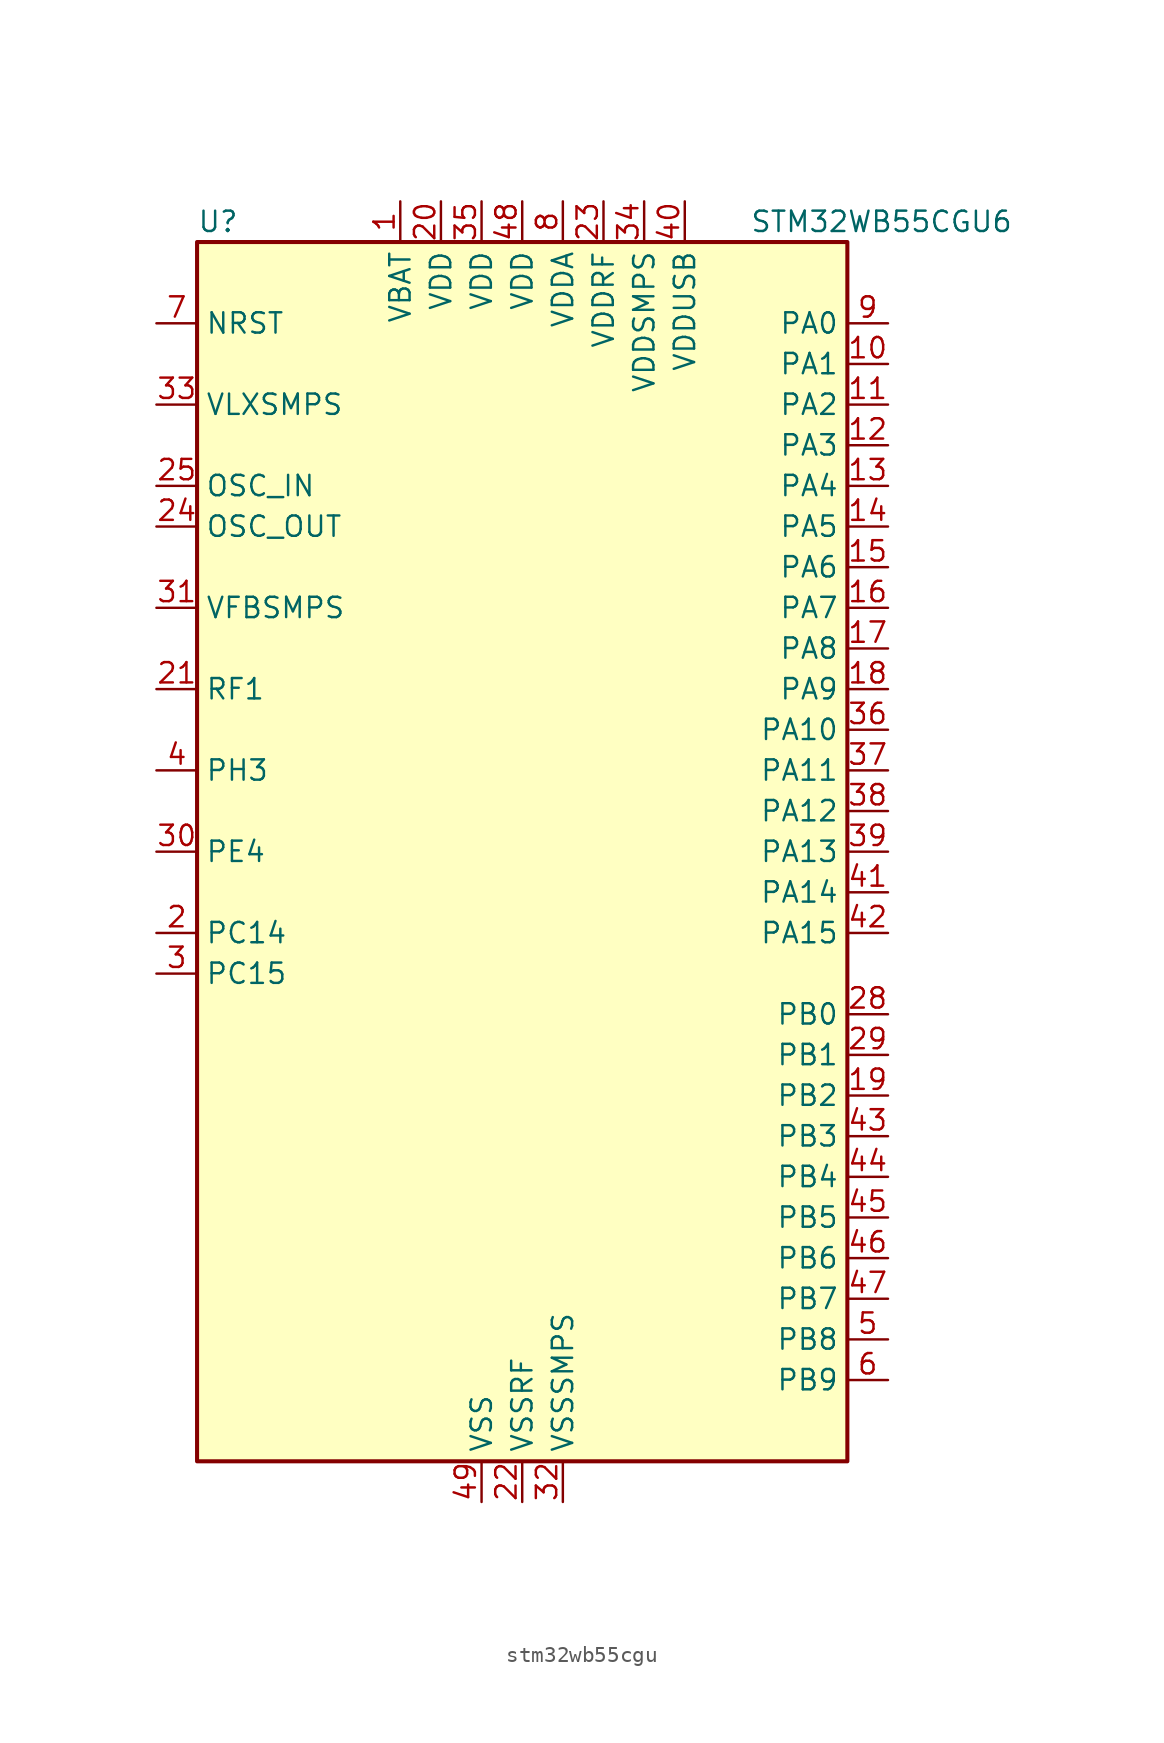
<source format=kicad_sym>
(kicad_symbol_lib
  (version 20241209)
  (generator "kicad_symbol_editor")
  (generator_version "9.0")
  (symbol "stm32wb55cgu"
    (property "Reference" "U"
      (at -20.32 39.37 0)
      (effects (font (size 1.27 1.27)) (justify left)))
    (property "Value" "STM32WB55CGU6"
      (at 14.224 39.37 0)
      (effects (font (size 1.27 1.27)) (justify left)))
    (symbol "stm32wb55cgu_0_1"
      (rectangle (start -20.32 38.1) (end 20.32 -38.1) (stroke (width 0.254) (type default)) (fill (type background))))
    (symbol "stm32wb55cgu_1_1"
      (pin input line (at -22.86 33.02 0) (length 2.54) (name "NRST" (effects (font (size 1.27 1.27)))) (number "7" (effects (font (size 1.27 1.27)))))
      (pin power_in line (at -22.86 27.94 0) (length 2.54) (name "VLXSMPS" (effects (font (size 1.27 1.27)))) (number "33" (effects (font (size 1.27 1.27)))))
      (pin input line (at -22.86 22.86 0) (length 2.54) (name "OSC_IN" (effects (font (size 1.27 1.27)))) (number "25" (effects (font (size 1.27 1.27)))) (alternate "RCC_OSC_IN" bidirectional line))
      (pin input line (at -22.86 20.32 0) (length 2.54) (name "OSC_OUT" (effects (font (size 1.27 1.27)))) (number "24" (effects (font (size 1.27 1.27)))) (alternate "RCC_OSC_OUT" bidirectional line))
      (pin input line (at -22.86 15.24 0) (length 2.54) (name "VFBSMPS" (effects (font (size 1.27 1.27)))) (number "31" (effects (font (size 1.27 1.27)))))
      (pin bidirectional line (at -22.86 10.16 0) (length 2.54) (name "RF1" (effects (font (size 1.27 1.27)))) (number "21" (effects (font (size 1.27 1.27)))) (alternate "RF_RF1" bidirectional line))
      (pin bidirectional line (at -22.86 5.08 0) (length 2.54) (name "PH3" (effects (font (size 1.27 1.27)))) (number "4" (effects (font (size 1.27 1.27)))) (alternate "RCC_LSCO" bidirectional line))
      (pin bidirectional line (at -22.86 0 0) (length 2.54) (name "PE4" (effects (font (size 1.27 1.27)))) (number "30" (effects (font (size 1.27 1.27)))))
      (pin bidirectional line (at -22.86 -5.08 0) (length 2.54) (name "PC14" (effects (font (size 1.27 1.27)))) (number "2" (effects (font (size 1.27 1.27)))) (alternate "RCC_OSC32_IN" bidirectional line))
      (pin bidirectional line (at -22.86 -7.62 0) (length 2.54) (name "PC15" (effects (font (size 1.27 1.27)))) (number "3" (effects (font (size 1.27 1.27)))) (alternate "ADC1_EXTI15" bidirectional line) (alternate "RCC_OSC32_OUT" bidirectional line))
      (pin no_connect line (at -22.86 -33.02 0) (length 2.54) (hide yes) (name "AT1" (effects (font (size 1.27 1.27)))) (number "27" (effects (font (size 1.27 1.27)))))
      (pin no_connect line (at -22.86 -35.56 0) (length 2.54) (hide yes) (name "AT0" (effects (font (size 1.27 1.27)))) (number "26" (effects (font (size 1.27 1.27)))))
      (pin power_in line (at -7.62 40.64 270) (length 2.54) (name "VBAT" (effects (font (size 1.27 1.27)))) (number "1" (effects (font (size 1.27 1.27)))))
      (pin power_in line (at -5.08 40.64 270) (length 2.54) (name "VDD" (effects (font (size 1.27 1.27)))) (number "20" (effects (font (size 1.27 1.27)))))
      (pin power_in line (at -2.54 40.64 270) (length 2.54) (name "VDD" (effects (font (size 1.27 1.27)))) (number "35" (effects (font (size 1.27 1.27)))))
      (pin power_in line (at -2.54 -40.64 90) (length 2.54) (name "VSS" (effects (font (size 1.27 1.27)))) (number "49" (effects (font (size 1.27 1.27)))))
      (pin power_in line (at 0 40.64 270) (length 2.54) (name "VDD" (effects (font (size 1.27 1.27)))) (number "48" (effects (font (size 1.27 1.27)))))
      (pin power_in line (at 0 -40.64 90) (length 2.54) (name "VSSRF" (effects (font (size 1.27 1.27)))) (number "22" (effects (font (size 1.27 1.27)))))
      (pin power_in line (at 2.54 40.64 270) (length 2.54) (name "VDDA" (effects (font (size 1.27 1.27)))) (number "8" (effects (font (size 1.27 1.27)))))
      (pin power_in line (at 2.54 -40.64 90) (length 2.54) (name "VSSSMPS" (effects (font (size 1.27 1.27)))) (number "32" (effects (font (size 1.27 1.27)))))
      (pin power_in line (at 5.08 40.64 270) (length 2.54) (name "VDDRF" (effects (font (size 1.27 1.27)))) (number "23" (effects (font (size 1.27 1.27)))))
      (pin power_in line (at 7.62 40.64 270) (length 2.54) (name "VDDSMPS" (effects (font (size 1.27 1.27)))) (number "34" (effects (font (size 1.27 1.27)))))
      (pin power_in line (at 10.16 40.64 270) (length 2.54) (name "VDDUSB" (effects (font (size 1.27 1.27)))) (number "40" (effects (font (size 1.27 1.27)))))
      (pin bidirectional line (at 22.86 33.02 180) (length 2.54) (name "PA0" (effects (font (size 1.27 1.27)))) (number "9" (effects (font (size 1.27 1.27)))) (alternate "ADC1_IN5" bidirectional line) (alternate "COMP1_INM" bidirectional line) (alternate "COMP1_OUT" bidirectional line) (alternate "RTC_TAMP2" bidirectional line) (alternate "SAI1_EXTCLK" bidirectional line) (alternate "SYS_WKUP1" bidirectional line) (alternate "TIM2_CH1" bidirectional line) (alternate "TIM2_ETR" bidirectional line))
      (pin bidirectional line (at 22.86 30.48 180) (length 2.54) (name "PA1" (effects (font (size 1.27 1.27)))) (number "10" (effects (font (size 1.27 1.27)))) (alternate "ADC1_IN6" bidirectional line) (alternate "COMP1_INP" bidirectional line) (alternate "I2C1_SMBA" bidirectional line) (alternate "LCD_SEG0" bidirectional line) (alternate "SPI1_SCK" bidirectional line) (alternate "TIM2_CH2" bidirectional line))
      (pin bidirectional line (at 22.86 27.94 180) (length 2.54) (name "PA2" (effects (font (size 1.27 1.27)))) (number "11" (effects (font (size 1.27 1.27)))) (alternate "ADC1_IN7" bidirectional line) (alternate "COMP2_INM" bidirectional line) (alternate "COMP2_OUT" bidirectional line) (alternate "LCD_SEG1" bidirectional line) (alternate "LPUART1_TX" bidirectional line) (alternate "QUADSPI_BK1_NCS" bidirectional line) (alternate "RCC_LSCO" bidirectional line) (alternate "SYS_WKUP4" bidirectional line) (alternate "TIM2_CH3" bidirectional line))
      (pin bidirectional line (at 22.86 25.4 180) (length 2.54) (name "PA3" (effects (font (size 1.27 1.27)))) (number "12" (effects (font (size 1.27 1.27)))) (alternate "ADC1_IN8" bidirectional line) (alternate "COMP2_INP" bidirectional line) (alternate "LCD_SEG2" bidirectional line) (alternate "LPUART1_RX" bidirectional line) (alternate "QUADSPI_CLK" bidirectional line) (alternate "SAI1_CK1" bidirectional line) (alternate "SAI1_MCLK_A" bidirectional line) (alternate "TIM2_CH4" bidirectional line))
      (pin bidirectional line (at 22.86 22.86 180) (length 2.54) (name "PA4" (effects (font (size 1.27 1.27)))) (number "13" (effects (font (size 1.27 1.27)))) (alternate "ADC1_IN9" bidirectional line) (alternate "COMP1_INM" bidirectional line) (alternate "COMP2_INM" bidirectional line) (alternate "LCD_SEG5" bidirectional line) (alternate "LPTIM2_OUT" bidirectional line) (alternate "SAI1_FS_B" bidirectional line) (alternate "SPI1_NSS" bidirectional line))
      (pin bidirectional line (at 22.86 20.32 180) (length 2.54) (name "PA5" (effects (font (size 1.27 1.27)))) (number "14" (effects (font (size 1.27 1.27)))) (alternate "ADC1_IN10" bidirectional line) (alternate "COMP1_INM" bidirectional line) (alternate "COMP2_INM" bidirectional line) (alternate "LPTIM2_ETR" bidirectional line) (alternate "SAI1_SD_B" bidirectional line) (alternate "SPI1_SCK" bidirectional line) (alternate "TIM2_CH1" bidirectional line) (alternate "TIM2_ETR" bidirectional line))
      (pin bidirectional line (at 22.86 17.78 180) (length 2.54) (name "PA6" (effects (font (size 1.27 1.27)))) (number "15" (effects (font (size 1.27 1.27)))) (alternate "ADC1_IN11" bidirectional line) (alternate "LCD_SEG3" bidirectional line) (alternate "LPUART1_CTS" bidirectional line) (alternate "QUADSPI_BK1_IO3" bidirectional line) (alternate "SPI1_MISO" bidirectional line) (alternate "TIM16_CH1" bidirectional line) (alternate "TIM1_BKIN" bidirectional line))
      (pin bidirectional line (at 22.86 15.24 180) (length 2.54) (name "PA7" (effects (font (size 1.27 1.27)))) (number "16" (effects (font (size 1.27 1.27)))) (alternate "ADC1_IN12" bidirectional line) (alternate "COMP2_OUT" bidirectional line) (alternate "I2C3_SCL" bidirectional line) (alternate "LCD_SEG4" bidirectional line) (alternate "QUADSPI_BK1_IO2" bidirectional line) (alternate "SPI1_MOSI" bidirectional line) (alternate "TIM17_CH1" bidirectional line) (alternate "TIM1_CH1N" bidirectional line))
      (pin bidirectional line (at 22.86 12.7 180) (length 2.54) (name "PA8" (effects (font (size 1.27 1.27)))) (number "17" (effects (font (size 1.27 1.27)))) (alternate "ADC1_IN15" bidirectional line) (alternate "LCD_COM0" bidirectional line) (alternate "LPTIM2_OUT" bidirectional line) (alternate "RCC_MCO" bidirectional line) (alternate "SAI1_CK2" bidirectional line) (alternate "SAI1_SCK_A" bidirectional line) (alternate "TIM1_CH1" bidirectional line) (alternate "USART1_CK" bidirectional line))
      (pin bidirectional line (at 22.86 10.16 180) (length 2.54) (name "PA9" (effects (font (size 1.27 1.27)))) (number "18" (effects (font (size 1.27 1.27)))) (alternate "ADC1_IN16" bidirectional line) (alternate "COMP1_INM" bidirectional line) (alternate "I2C1_SCL" bidirectional line) (alternate "LCD_COM1" bidirectional line) (alternate "SAI1_D2" bidirectional line) (alternate "SAI1_FS_A" bidirectional line) (alternate "TIM1_CH2" bidirectional line) (alternate "USART1_TX" bidirectional line))
      (pin bidirectional line (at 22.86 7.62 180) (length 2.54) (name "PA10" (effects (font (size 1.27 1.27)))) (number "36" (effects (font (size 1.27 1.27)))) (alternate "CRS_SYNC" bidirectional line) (alternate "I2C1_SDA" bidirectional line) (alternate "LCD_COM2" bidirectional line) (alternate "SAI1_D1" bidirectional line) (alternate "SAI1_SD_A" bidirectional line) (alternate "TIM17_BKIN" bidirectional line) (alternate "TIM1_CH3" bidirectional line) (alternate "USART1_RX" bidirectional line))
      (pin bidirectional line (at 22.86 5.08 180) (length 2.54) (name "PA11" (effects (font (size 1.27 1.27)))) (number "37" (effects (font (size 1.27 1.27)))) (alternate "ADC1_EXTI11" bidirectional line) (alternate "SPI1_MISO" bidirectional line) (alternate "TIM1_BKIN2" bidirectional line) (alternate "TIM1_CH4" bidirectional line) (alternate "USART1_CTS" bidirectional line) (alternate "USART1_NSS" bidirectional line) (alternate "USB_DM" bidirectional line))
      (pin bidirectional line (at 22.86 2.54 180) (length 2.54) (name "PA12" (effects (font (size 1.27 1.27)))) (number "38" (effects (font (size 1.27 1.27)))) (alternate "LPUART1_RX" bidirectional line) (alternate "SPI1_MOSI" bidirectional line) (alternate "TIM1_ETR" bidirectional line) (alternate "USART1_DE" bidirectional line) (alternate "USART1_RTS" bidirectional line) (alternate "USB_DP" bidirectional line))
      (pin bidirectional line (at 22.86 0 180) (length 2.54) (name "PA13" (effects (font (size 1.27 1.27)))) (number "39" (effects (font (size 1.27 1.27)))) (alternate "IR_OUT" bidirectional line) (alternate "SAI1_SD_B" bidirectional line) (alternate "SYS_JTMS-SWDIO" bidirectional line) (alternate "USB_NOE" bidirectional line))
      (pin bidirectional line (at 22.86 -2.54 180) (length 2.54) (name "PA14" (effects (font (size 1.27 1.27)))) (number "41" (effects (font (size 1.27 1.27)))) (alternate "I2C1_SMBA" bidirectional line) (alternate "LCD_SEG5" bidirectional line) (alternate "LPTIM1_OUT" bidirectional line) (alternate "SAI1_FS_B" bidirectional line) (alternate "SYS_JTCK-SWCLK" bidirectional line))
      (pin bidirectional line (at 22.86 -5.08 180) (length 2.54) (name "PA15" (effects (font (size 1.27 1.27)))) (number "42" (effects (font (size 1.27 1.27)))) (alternate "ADC1_EXTI15" bidirectional line) (alternate "LCD_SEG17" bidirectional line) (alternate "RCC_MCO" bidirectional line) (alternate "SPI1_NSS" bidirectional line) (alternate "SYS_JTDI" bidirectional line) (alternate "TIM2_CH1" bidirectional line) (alternate "TIM2_ETR" bidirectional line))
      (pin bidirectional line (at 22.86 -10.16 180) (length 2.54) (name "PB0" (effects (font (size 1.27 1.27)))) (number "28" (effects (font (size 1.27 1.27)))) (alternate "COMP1_OUT" bidirectional line) (alternate "RF_TX_MOD_EXT_PA" bidirectional line))
      (pin bidirectional line (at 22.86 -12.7 180) (length 2.54) (name "PB1" (effects (font (size 1.27 1.27)))) (number "29" (effects (font (size 1.27 1.27)))) (alternate "LPTIM2_IN1" bidirectional line) (alternate "LPUART1_DE" bidirectional line) (alternate "LPUART1_RTS" bidirectional line))
      (pin bidirectional line (at 22.86 -15.24 180) (length 2.54) (name "PB2" (effects (font (size 1.27 1.27)))) (number "19" (effects (font (size 1.27 1.27)))) (alternate "COMP1_INP" bidirectional line) (alternate "I2C3_SMBA" bidirectional line) (alternate "LCD_VLCD" bidirectional line) (alternate "LPTIM1_OUT" bidirectional line) (alternate "RTC_OUT2" bidirectional line) (alternate "SAI1_EXTCLK" bidirectional line) (alternate "SPI1_NSS" bidirectional line))
      (pin bidirectional line (at 22.86 -17.78 180) (length 2.54) (name "PB3" (effects (font (size 1.27 1.27)))) (number "43" (effects (font (size 1.27 1.27)))) (alternate "COMP2_INM" bidirectional line) (alternate "LCD_SEG7" bidirectional line) (alternate "SAI1_SCK_B" bidirectional line) (alternate "SPI1_SCK" bidirectional line) (alternate "SYS_JTDO-SWO" bidirectional line) (alternate "TIM2_CH2" bidirectional line) (alternate "USART1_DE" bidirectional line) (alternate "USART1_RTS" bidirectional line))
      (pin bidirectional line (at 22.86 -20.32 180) (length 2.54) (name "PB4" (effects (font (size 1.27 1.27)))) (number "44" (effects (font (size 1.27 1.27)))) (alternate "COMP2_INP" bidirectional line) (alternate "I2C3_SDA" bidirectional line) (alternate "LCD_SEG8" bidirectional line) (alternate "SAI1_MCLK_B" bidirectional line) (alternate "SPI1_MISO" bidirectional line) (alternate "SYS_JTRST" bidirectional line) (alternate "TIM17_BKIN" bidirectional line) (alternate "USART1_CTS" bidirectional line) (alternate "USART1_NSS" bidirectional line))
      (pin bidirectional line (at 22.86 -22.86 180) (length 2.54) (name "PB5" (effects (font (size 1.27 1.27)))) (number "45" (effects (font (size 1.27 1.27)))) (alternate "COMP2_OUT" bidirectional line) (alternate "I2C1_SMBA" bidirectional line) (alternate "LCD_SEG9" bidirectional line) (alternate "LPTIM1_IN1" bidirectional line) (alternate "LPUART1_TX" bidirectional line) (alternate "SAI1_SD_B" bidirectional line) (alternate "SPI1_MOSI" bidirectional line) (alternate "TIM16_BKIN" bidirectional line) (alternate "USART1_CK" bidirectional line))
      (pin bidirectional line (at 22.86 -25.4 180) (length 2.54) (name "PB6" (effects (font (size 1.27 1.27)))) (number "46" (effects (font (size 1.27 1.27)))) (alternate "COMP2_INP" bidirectional line) (alternate "I2C1_SCL" bidirectional line) (alternate "LCD_SEG6" bidirectional line) (alternate "LPTIM1_ETR" bidirectional line) (alternate "RCC_MCO" bidirectional line) (alternate "SAI1_FS_B" bidirectional line) (alternate "TIM16_CH1N" bidirectional line) (alternate "USART1_TX" bidirectional line))
      (pin bidirectional line (at 22.86 -27.94 180) (length 2.54) (name "PB7" (effects (font (size 1.27 1.27)))) (number "47" (effects (font (size 1.27 1.27)))) (alternate "COMP2_INM" bidirectional line) (alternate "I2C1_SDA" bidirectional line) (alternate "LCD_SEG21" bidirectional line) (alternate "LPTIM1_IN2" bidirectional line) (alternate "SYS_PVD_IN" bidirectional line) (alternate "TIM17_CH1N" bidirectional line) (alternate "TIM1_BKIN" bidirectional line) (alternate "USART1_RX" bidirectional line))
      (pin bidirectional line (at 22.86 -30.48 180) (length 2.54) (name "PB8" (effects (font (size 1.27 1.27)))) (number "5" (effects (font (size 1.27 1.27)))) (alternate "I2C1_SCL" bidirectional line) (alternate "LCD_SEG16" bidirectional line) (alternate "QUADSPI_BK1_IO1" bidirectional line) (alternate "SAI1_CK1" bidirectional line) (alternate "SAI1_MCLK_A" bidirectional line) (alternate "TIM16_CH1" bidirectional line) (alternate "TIM1_CH2N" bidirectional line))
      (pin bidirectional line (at 22.86 -33.02 180) (length 2.54) (name "PB9" (effects (font (size 1.27 1.27)))) (number "6" (effects (font (size 1.27 1.27)))) (alternate "I2C1_SDA" bidirectional line) (alternate "IR_OUT" bidirectional line) (alternate "LCD_COM3" bidirectional line) (alternate "QUADSPI_BK1_IO0" bidirectional line) (alternate "SAI1_D2" bidirectional line) (alternate "SAI1_FS_A" bidirectional line) (alternate "TIM17_CH1" bidirectional line) (alternate "TIM1_CH3N" bidirectional line)))))
</source>
